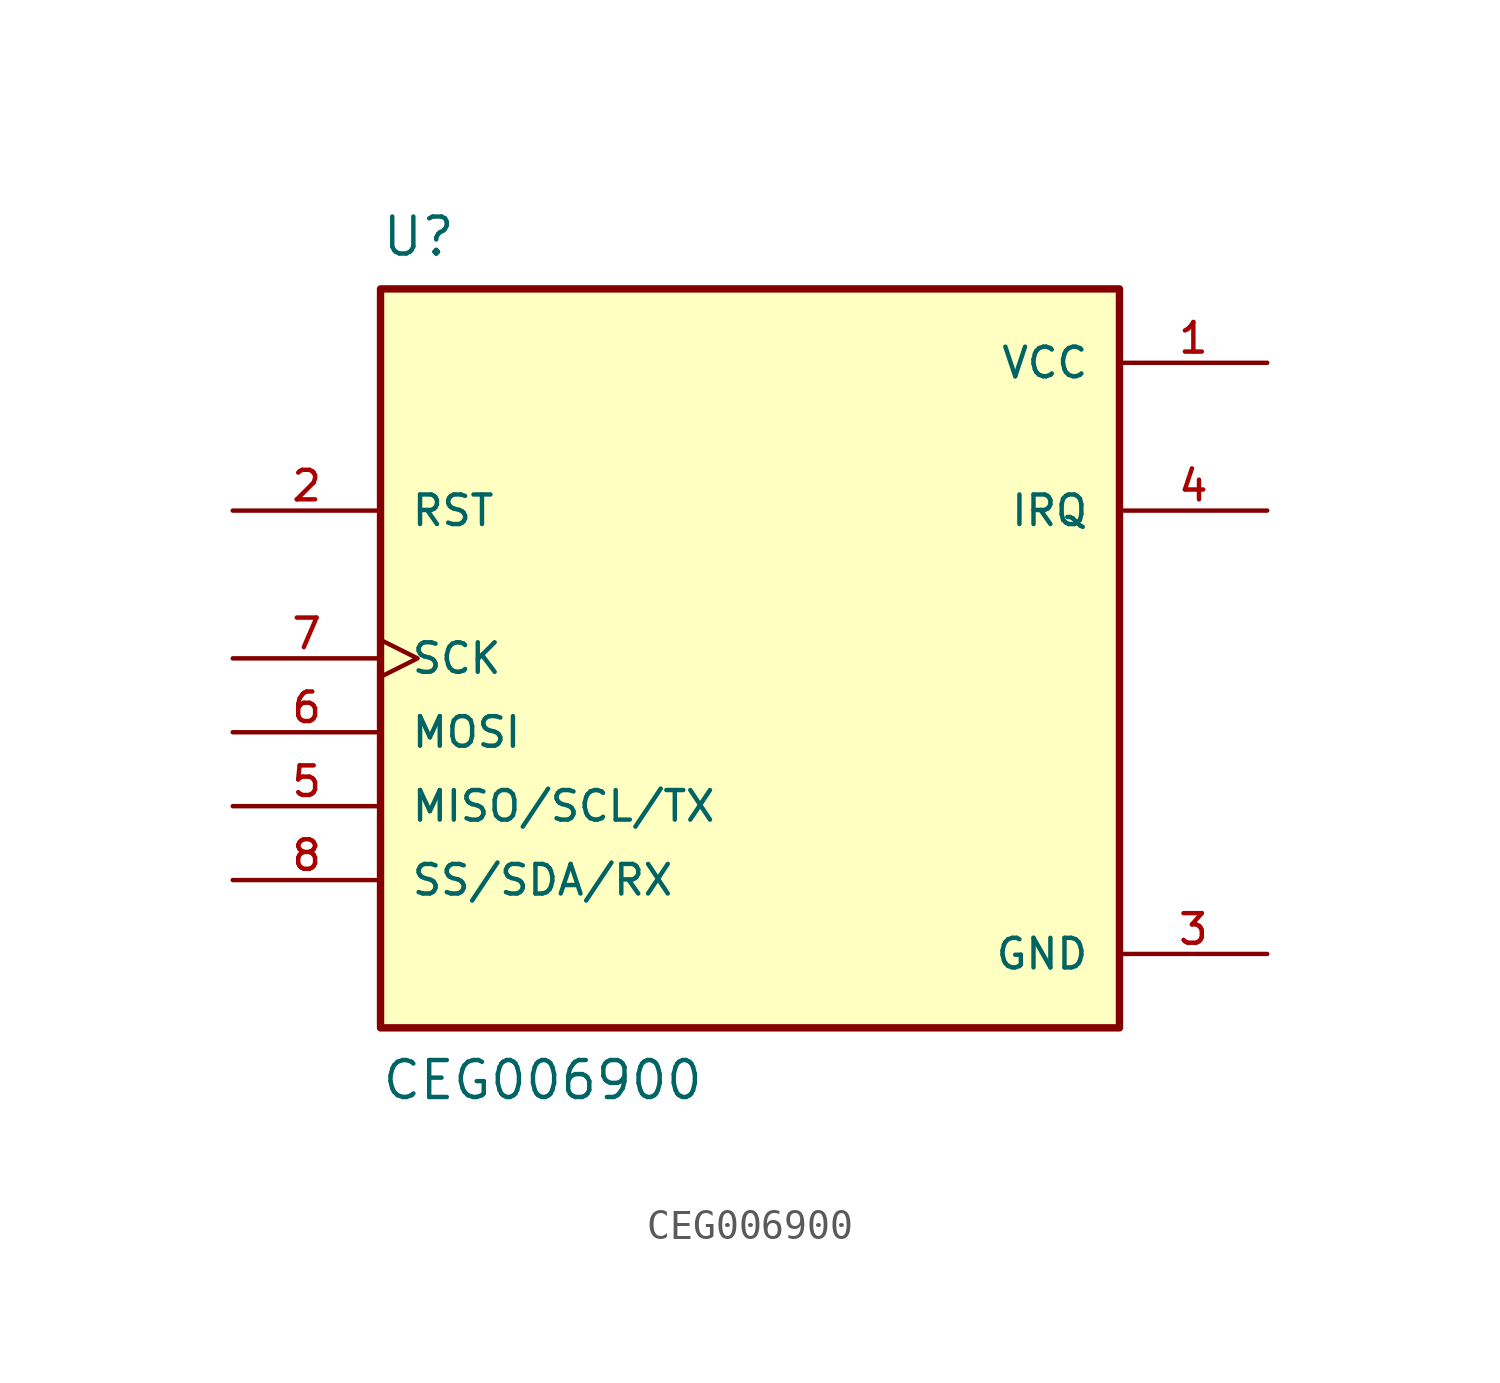
<source format=kicad_sym>
(kicad_symbol_lib
  (version 20211014)
  (generator kicad_symbol_editor)
  (symbol "CEG006900"
    (pin_names
      (offset 1.016))
    (property "Reference" "U"
      (at -12.7 15.24 0)
      (effects (font (size 1.27 1.27)) (justify top left)))
    (property "Value" "CEG006900"
      (at -12.7 -15.24 0)
      (effects (font (size 1.27 1.27)) (justify bottom left)))
    (symbol "CEG006900_0_0"
      (rectangle (start -12.7 -12.7) (end 12.7 12.7) (stroke (width 0.254)) (fill (type background)))
      (pin power_in line (at 17.78 10.16 180.0) (length 5.08) (name "VCC" (effects (font (size 1.016 1.016)))) (number "1" (effects (font (size 1.016 1.016)))))
      (pin input line (at -17.78 5.08 0) (length 5.08) (name "RST" (effects (font (size 1.016 1.016)))) (number "2" (effects (font (size 1.016 1.016)))))
      (pin power_in line (at 17.78 -10.16 180.0) (length 5.08) (name "GND" (effects (font (size 1.016 1.016)))) (number "3" (effects (font (size 1.016 1.016)))))
      (pin output line (at 17.78 5.08 180.0) (length 5.08) (name "IRQ" (effects (font (size 1.016 1.016)))) (number "4" (effects (font (size 1.016 1.016)))))
      (pin bidirectional line (at -17.78 -5.08 0) (length 5.08) (name "MISO/SCL/TX" (effects (font (size 1.016 1.016)))) (number "5" (effects (font (size 1.016 1.016)))))
      (pin input line (at -17.78 -2.54 0) (length 5.08) (name "MOSI" (effects (font (size 1.016 1.016)))) (number "6" (effects (font (size 1.016 1.016)))))
      (pin input clock (at -17.78 0.0 0) (length 5.08) (name "SCK" (effects (font (size 1.016 1.016)))) (number "7" (effects (font (size 1.016 1.016)))))
      (pin bidirectional line (at -17.78 -7.62 0) (length 5.08) (name "SS/SDA/RX" (effects (font (size 1.016 1.016)))) (number "8" (effects (font (size 1.016 1.016))))))))
</source>
